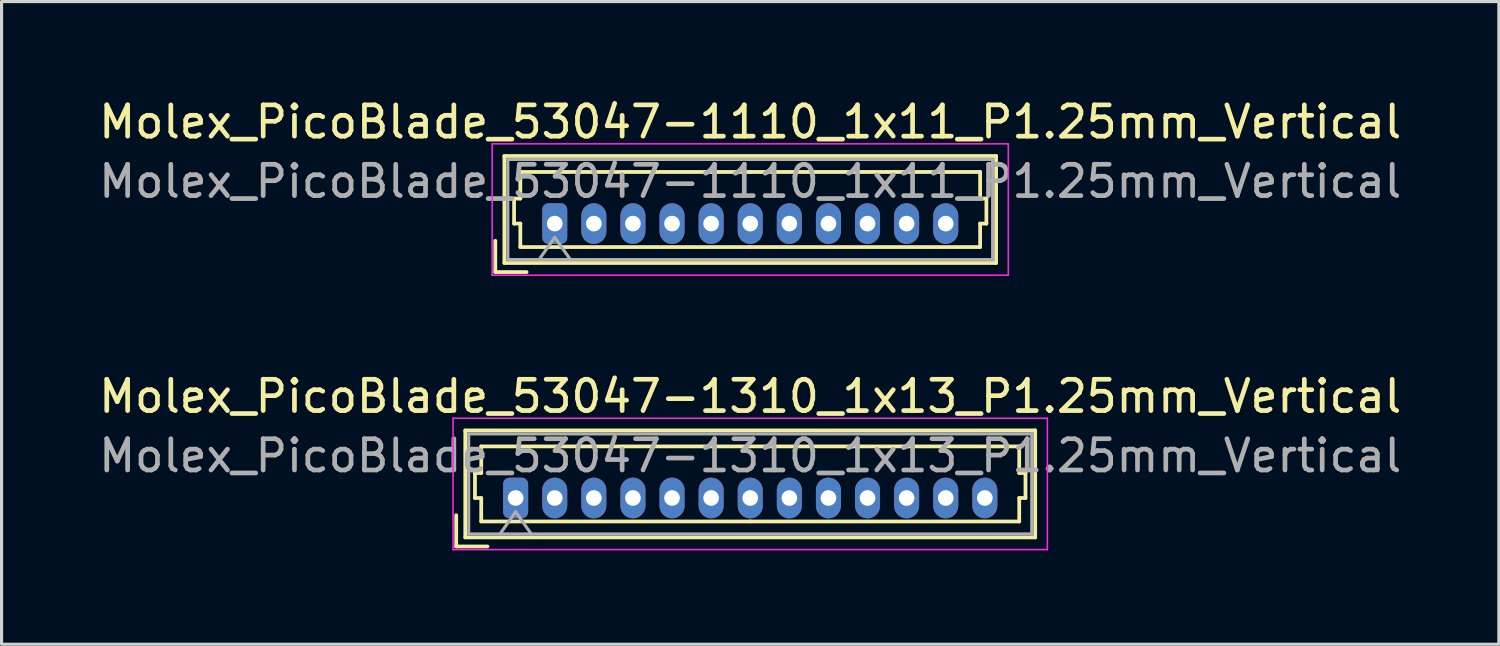
<source format=kicad_pcb>
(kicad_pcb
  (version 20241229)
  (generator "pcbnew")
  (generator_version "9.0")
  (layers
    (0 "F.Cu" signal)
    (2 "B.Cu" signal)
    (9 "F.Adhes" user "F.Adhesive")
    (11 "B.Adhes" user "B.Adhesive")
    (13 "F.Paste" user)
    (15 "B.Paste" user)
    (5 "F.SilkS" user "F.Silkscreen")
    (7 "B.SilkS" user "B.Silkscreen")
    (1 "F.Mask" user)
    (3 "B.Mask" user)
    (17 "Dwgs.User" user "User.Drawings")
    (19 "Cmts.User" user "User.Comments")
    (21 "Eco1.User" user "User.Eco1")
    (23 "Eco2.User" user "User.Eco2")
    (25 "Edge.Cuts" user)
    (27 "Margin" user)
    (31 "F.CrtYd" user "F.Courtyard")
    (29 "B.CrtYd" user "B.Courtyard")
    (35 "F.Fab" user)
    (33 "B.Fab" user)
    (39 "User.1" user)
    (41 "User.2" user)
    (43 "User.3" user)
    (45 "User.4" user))
  (footprint "Molex_PicoBlade_53047-1310_1x13_P1.25mm_Vertical"
    (layer "F.Cu")
    (at 13.435 12.871)
    (property "Reference" "Molex_PicoBlade_53047-1310_1x13_P1.25mm_Vertical" (at 7.5 -3.25 0) (layer "F.SilkS") (effects (font (size 1 1) (thickness 0.15))))
    (attr through_hole)
    (fp_line (start -1.9 1.55) (end -1.9 0.55) (stroke (width 0.12) (type solid)) (layer "F.SilkS"))
    (fp_line (start -1.9 1.55) (end -0.9 1.55) (stroke (width 0.12) (type solid)) (layer "F.SilkS"))
    (fp_line (start -1.61 -2.16) (end -1.61 1.26) (stroke (width 0.12) (type solid)) (layer "F.SilkS"))
    (fp_line (start -1.61 1.26) (end 16.61 1.26) (stroke (width 0.12) (type solid)) (layer "F.SilkS"))
    (fp_line (start -1.3 -0.8) (end -1.1 -0.8) (stroke (width 0.12) (type solid)) (layer "F.SilkS"))
    (fp_line (start -1.3 0) (end -1.3 -0.8) (stroke (width 0.12) (type solid)) (layer "F.SilkS"))
    (fp_line (start -1.1 -1.65) (end 7.5 -1.65) (stroke (width 0.12) (type solid)) (layer "F.SilkS"))
    (fp_line (start -1.1 -0.8) (end -1.1 -1.65) (stroke (width 0.12) (type solid)) (layer "F.SilkS"))
    (fp_line (start -1.1 0) (end -1.3 0) (stroke (width 0.12) (type solid)) (layer "F.SilkS"))
    (fp_line (start -1.1 0.75) (end -1.1 0) (stroke (width 0.12) (type solid)) (layer "F.SilkS"))
    (fp_line (start 7.5 0.75) (end -1.1 0.75) (stroke (width 0.12) (type solid)) (layer "F.SilkS"))
    (fp_line (start 7.5 0.75) (end 16.1 0.75) (stroke (width 0.12) (type solid)) (layer "F.SilkS"))
    (fp_line (start 16.1 -1.65) (end 7.5 -1.65) (stroke (width 0.12) (type solid)) (layer "F.SilkS"))
    (fp_line (start 16.1 -0.8) (end 16.1 -1.65) (stroke (width 0.12) (type solid)) (layer "F.SilkS"))
    (fp_line (start 16.1 0) (end 16.3 0) (stroke (width 0.12) (type solid)) (layer "F.SilkS"))
    (fp_line (start 16.1 0.75) (end 16.1 0) (stroke (width 0.12) (type solid)) (layer "F.SilkS"))
    (fp_line (start 16.3 -0.8) (end 16.1 -0.8) (stroke (width 0.12) (type solid)) (layer "F.SilkS"))
    (fp_line (start 16.3 0) (end 16.3 -0.8) (stroke (width 0.12) (type solid)) (layer "F.SilkS"))
    (fp_line (start 16.61 -2.16) (end -1.61 -2.16) (stroke (width 0.12) (type solid)) (layer "F.SilkS"))
    (fp_line (start 16.61 1.26) (end 16.61 -2.16) (stroke (width 0.12) (type solid)) (layer "F.SilkS"))
    (fp_line (start -2 -2.55) (end -2 1.65) (stroke (width 0.05) (type solid)) (layer "F.CrtYd"))
    (fp_line (start -2 1.65) (end 17 1.65) (stroke (width 0.05) (type solid)) (layer "F.CrtYd"))
    (fp_line (start 17 -2.55) (end -2 -2.55) (stroke (width 0.05) (type solid)) (layer "F.CrtYd"))
    (fp_line (start 17 1.65) (end 17 -2.55) (stroke (width 0.05) (type solid)) (layer "F.CrtYd"))
    (fp_line (start -1.5 -2.05) (end -1.5 1.15) (stroke (width 0.1) (type solid)) (layer "F.Fab"))
    (fp_line (start -1.5 1.15) (end 16.5 1.15) (stroke (width 0.1) (type solid)) (layer "F.Fab"))
    (fp_line (start -0.5 1.15) (end 0 0.443) (stroke (width 0.1) (type solid)) (layer "F.Fab"))
    (fp_line (start 0 0.443) (end 0.5 1.15) (stroke (width 0.1) (type solid)) (layer "F.Fab"))
    (fp_line (start 16.5 -2.05) (end -1.5 -2.05) (stroke (width 0.1) (type solid)) (layer "F.Fab"))
    (fp_line (start 16.5 1.15) (end 16.5 -2.05) (stroke (width 0.1) (type solid)) (layer "F.Fab"))
    (fp_text user "${REFERENCE}" (at 7.5 -1.35 0) (layer "F.Fab") (effects (font (size 1 1) (thickness 0.15))))
    (pad "1" thru_hole roundrect (at 0 0) (size 0.8 1.3) (drill 0.5) (layers "*.Cu" "*.Mask") (roundrect_rratio 0.25))
    (pad "2" thru_hole oval (at 1.25 0) (size 0.8 1.3) (drill 0.5) (layers "*.Cu" "*.Mask"))
    (pad "3" thru_hole oval (at 2.5 0) (size 0.8 1.3) (drill 0.5) (layers "*.Cu" "*.Mask"))
    (pad "4" thru_hole oval (at 3.75 0) (size 0.8 1.3) (drill 0.5) (layers "*.Cu" "*.Mask"))
    (pad "5" thru_hole oval (at 5 0) (size 0.8 1.3) (drill 0.5) (layers "*.Cu" "*.Mask"))
    (pad "6" thru_hole oval (at 6.25 0) (size 0.8 1.3) (drill 0.5) (layers "*.Cu" "*.Mask"))
    (pad "7" thru_hole oval (at 7.5 0) (size 0.8 1.3) (drill 0.5) (layers "*.Cu" "*.Mask"))
    (pad "8" thru_hole oval (at 8.75 0) (size 0.8 1.3) (drill 0.5) (layers "*.Cu" "*.Mask"))
    (pad "9" thru_hole oval (at 10 0) (size 0.8 1.3) (drill 0.5) (layers "*.Cu" "*.Mask"))
    (pad "10" thru_hole oval (at 11.25 0) (size 0.8 1.3) (drill 0.5) (layers "*.Cu" "*.Mask"))
    (pad "11" thru_hole oval (at 12.5 0) (size 0.8 1.3) (drill 0.5) (layers "*.Cu" "*.Mask"))
    (pad "12" thru_hole oval (at 13.75 0) (size 0.8 1.3) (drill 0.5) (layers "*.Cu" "*.Mask"))
    (pad "13" thru_hole oval (at 15 0) (size 0.8 1.3) (drill 0.5) (layers "*.Cu" "*.Mask")))
  (footprint "Molex_PicoBlade_53047-1110_1x11_P1.25mm_Vertical"
    (layer "F.Cu")
    (at 14.685 4.098)
    (property "Reference" "Molex_PicoBlade_53047-1110_1x11_P1.25mm_Vertical" (at 6.25 -3.25 0) (layer "F.SilkS") (effects (font (size 1 1) (thickness 0.15))))
    (attr through_hole)
    (fp_line (start -1.9 1.55) (end -1.9 0.55) (stroke (width 0.12) (type solid)) (layer "F.SilkS"))
    (fp_line (start -1.9 1.55) (end -0.9 1.55) (stroke (width 0.12) (type solid)) (layer "F.SilkS"))
    (fp_line (start -1.61 -2.16) (end -1.61 1.26) (stroke (width 0.12) (type solid)) (layer "F.SilkS"))
    (fp_line (start -1.61 1.26) (end 14.11 1.26) (stroke (width 0.12) (type solid)) (layer "F.SilkS"))
    (fp_line (start -1.3 -0.8) (end -1.1 -0.8) (stroke (width 0.12) (type solid)) (layer "F.SilkS"))
    (fp_line (start -1.3 0) (end -1.3 -0.8) (stroke (width 0.12) (type solid)) (layer "F.SilkS"))
    (fp_line (start -1.1 -1.65) (end 6.25 -1.65) (stroke (width 0.12) (type solid)) (layer "F.SilkS"))
    (fp_line (start -1.1 -0.8) (end -1.1 -1.65) (stroke (width 0.12) (type solid)) (layer "F.SilkS"))
    (fp_line (start -1.1 0) (end -1.3 0) (stroke (width 0.12) (type solid)) (layer "F.SilkS"))
    (fp_line (start -1.1 0.75) (end -1.1 0) (stroke (width 0.12) (type solid)) (layer "F.SilkS"))
    (fp_line (start 6.25 0.75) (end -1.1 0.75) (stroke (width 0.12) (type solid)) (layer "F.SilkS"))
    (fp_line (start 6.25 0.75) (end 13.6 0.75) (stroke (width 0.12) (type solid)) (layer "F.SilkS"))
    (fp_line (start 13.6 -1.65) (end 6.25 -1.65) (stroke (width 0.12) (type solid)) (layer "F.SilkS"))
    (fp_line (start 13.6 -0.8) (end 13.6 -1.65) (stroke (width 0.12) (type solid)) (layer "F.SilkS"))
    (fp_line (start 13.6 0) (end 13.8 0) (stroke (width 0.12) (type solid)) (layer "F.SilkS"))
    (fp_line (start 13.6 0.75) (end 13.6 0) (stroke (width 0.12) (type solid)) (layer "F.SilkS"))
    (fp_line (start 13.8 -0.8) (end 13.6 -0.8) (stroke (width 0.12) (type solid)) (layer "F.SilkS"))
    (fp_line (start 13.8 0) (end 13.8 -0.8) (stroke (width 0.12) (type solid)) (layer "F.SilkS"))
    (fp_line (start 14.11 -2.16) (end -1.61 -2.16) (stroke (width 0.12) (type solid)) (layer "F.SilkS"))
    (fp_line (start 14.11 1.26) (end 14.11 -2.16) (stroke (width 0.12) (type solid)) (layer "F.SilkS"))
    (fp_line (start -2 -2.55) (end -2 1.65) (stroke (width 0.05) (type solid)) (layer "F.CrtYd"))
    (fp_line (start -2 1.65) (end 14.5 1.65) (stroke (width 0.05) (type solid)) (layer "F.CrtYd"))
    (fp_line (start 14.5 -2.55) (end -2 -2.55) (stroke (width 0.05) (type solid)) (layer "F.CrtYd"))
    (fp_line (start 14.5 1.65) (end 14.5 -2.55) (stroke (width 0.05) (type solid)) (layer "F.CrtYd"))
    (fp_line (start -1.5 -2.05) (end -1.5 1.15) (stroke (width 0.1) (type solid)) (layer "F.Fab"))
    (fp_line (start -1.5 1.15) (end 14 1.15) (stroke (width 0.1) (type solid)) (layer "F.Fab"))
    (fp_line (start -0.5 1.15) (end 0 0.443) (stroke (width 0.1) (type solid)) (layer "F.Fab"))
    (fp_line (start 0 0.443) (end 0.5 1.15) (stroke (width 0.1) (type solid)) (layer "F.Fab"))
    (fp_line (start 14 -2.05) (end -1.5 -2.05) (stroke (width 0.1) (type solid)) (layer "F.Fab"))
    (fp_line (start 14 1.15) (end 14 -2.05) (stroke (width 0.1) (type solid)) (layer "F.Fab"))
    (fp_text user "${REFERENCE}" (at 6.25 -1.35 0) (layer "F.Fab") (effects (font (size 1 1) (thickness 0.15))))
    (pad "1" thru_hole roundrect (at 0 0) (size 0.8 1.3) (drill 0.5) (layers "*.Cu" "*.Mask") (roundrect_rratio 0.25))
    (pad "2" thru_hole oval (at 1.25 0) (size 0.8 1.3) (drill 0.5) (layers "*.Cu" "*.Mask"))
    (pad "3" thru_hole oval (at 2.5 0) (size 0.8 1.3) (drill 0.5) (layers "*.Cu" "*.Mask"))
    (pad "4" thru_hole oval (at 3.75 0) (size 0.8 1.3) (drill 0.5) (layers "*.Cu" "*.Mask"))
    (pad "5" thru_hole oval (at 5 0) (size 0.8 1.3) (drill 0.5) (layers "*.Cu" "*.Mask"))
    (pad "6" thru_hole oval (at 6.25 0) (size 0.8 1.3) (drill 0.5) (layers "*.Cu" "*.Mask"))
    (pad "7" thru_hole oval (at 7.5 0) (size 0.8 1.3) (drill 0.5) (layers "*.Cu" "*.Mask"))
    (pad "8" thru_hole oval (at 8.75 0) (size 0.8 1.3) (drill 0.5) (layers "*.Cu" "*.Mask"))
    (pad "9" thru_hole oval (at 10 0) (size 0.8 1.3) (drill 0.5) (layers "*.Cu" "*.Mask"))
    (pad "10" thru_hole oval (at 11.25 0) (size 0.8 1.3) (drill 0.5) (layers "*.Cu" "*.Mask"))
    (pad "11" thru_hole oval (at 12.5 0) (size 0.8 1.3) (drill 0.5) (layers "*.Cu" "*.Mask")))
  (gr_rect
    (start -3 -3)
    (end 44.869 17.547)
    (stroke (width 0.1) (type default))
    (fill no)
    (layer "Edge.Cuts")))
</source>
